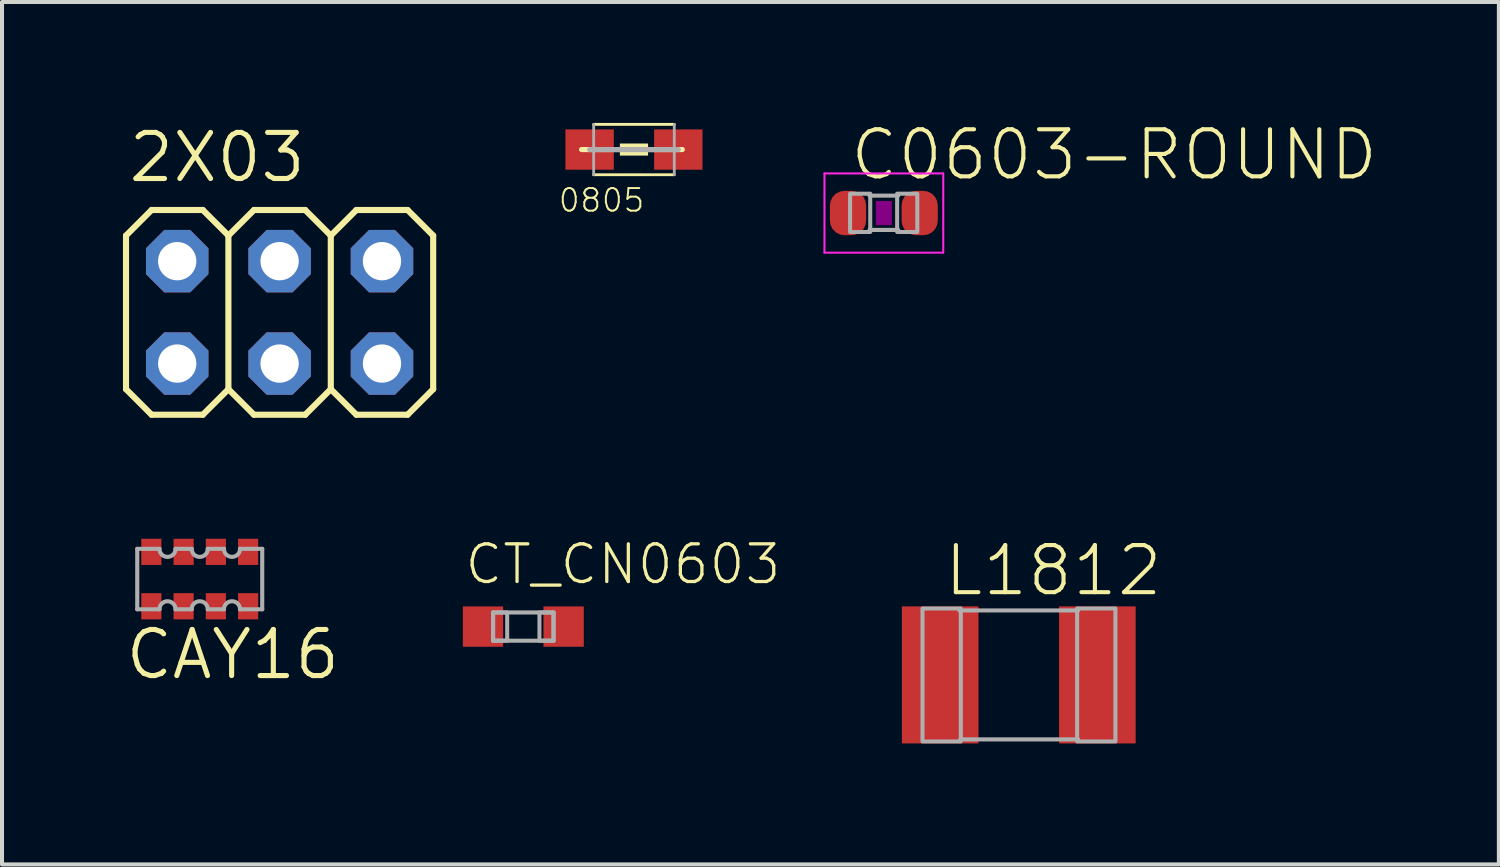
<source format=kicad_pcb>
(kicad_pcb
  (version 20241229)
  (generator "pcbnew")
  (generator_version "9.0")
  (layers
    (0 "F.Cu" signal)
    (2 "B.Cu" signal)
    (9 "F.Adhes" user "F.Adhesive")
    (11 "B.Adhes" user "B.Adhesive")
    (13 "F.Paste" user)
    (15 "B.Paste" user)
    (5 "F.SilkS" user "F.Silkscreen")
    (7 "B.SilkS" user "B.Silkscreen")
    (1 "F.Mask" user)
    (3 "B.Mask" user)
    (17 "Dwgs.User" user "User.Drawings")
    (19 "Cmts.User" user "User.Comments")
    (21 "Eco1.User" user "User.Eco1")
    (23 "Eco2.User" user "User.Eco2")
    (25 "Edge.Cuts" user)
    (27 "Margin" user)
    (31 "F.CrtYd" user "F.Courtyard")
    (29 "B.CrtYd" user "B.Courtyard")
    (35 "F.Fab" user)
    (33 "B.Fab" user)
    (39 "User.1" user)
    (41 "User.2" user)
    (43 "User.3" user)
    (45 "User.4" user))
  (footprint "CT_CN0603"
    (layer "F.Cu")
    (at 9.932 12.494)
    (property "Reference" "CT_CN0603" (at -1.5 -1 0) (unlocked yes) (layer "F.SilkS") (effects (font (size 0.935 0.935) (thickness 0.081)) (justify left bottom)))
    (fp_line (start -0.75 -0.35) (end 0.75 -0.35) (stroke (width 0.102) (type solid)) (layer "F.Fab"))
    (fp_line (start -0.75 0.35) (end -0.75 -0.35) (stroke (width 0.102) (type solid)) (layer "F.Fab"))
    (fp_line (start 0.75 -0.35) (end 0.75 0.35) (stroke (width 0.102) (type solid)) (layer "F.Fab"))
    (fp_line (start 0.75 0.35) (end -0.75 0.35) (stroke (width 0.102) (type solid)) (layer "F.Fab"))
    (fp_poly (pts (xy -0.75 0.35) (xy -0.4 0.35) (xy -0.4 -0.35) (xy -0.75 -0.35)) (stroke (width 0.1) (type default)) (fill no) (layer "F.Fab"))
    (fp_poly (pts (xy 0.75 -0.35) (xy 0.4 -0.35) (xy 0.4 0.35) (xy 0.75 0.35)) (stroke (width 0.1) (type default)) (fill no) (layer "F.Fab"))
    (pad "1" smd rect (at -1 0) (size 1 1) (layers "F.Cu" "F.Mask" "F.Paste"))
    (pad "2" smd rect (at 1 0) (size 1 1) (layers "F.Cu" "F.Mask" "F.Paste")))
  (footprint "CAY16"
    (layer "F.Cu")
    (at 1.905 11.315)
    (property "Reference" "CAY16" (at -1.905 2.54 0) (unlocked yes) (layer "F.SilkS") (effects (font (size 1.143 1.143) (thickness 0.127)) (justify left bottom)))
    (fp_line (start -1.55 -0.75) (end -1 -0.75) (stroke (width 0.102) (type solid)) (layer "F.Fab"))
    (fp_line (start -1.55 0.75) (end -1.55 -0.75) (stroke (width 0.102) (type solid)) (layer "F.Fab"))
    (fp_line (start -1 0.75) (end -1.55 0.75) (stroke (width 0.102) (type solid)) (layer "F.Fab"))
    (fp_line (start -0.6 -0.75) (end -0.2 -0.75) (stroke (width 0.102) (type solid)) (layer "F.Fab"))
    (fp_line (start -0.2 0.75) (end -0.6 0.75) (stroke (width 0.102) (type solid)) (layer "F.Fab"))
    (fp_line (start 0.2 -0.75) (end 0.6 -0.75) (stroke (width 0.102) (type solid)) (layer "F.Fab"))
    (fp_line (start 0.6 0.75) (end 0.2 0.75) (stroke (width 0.102) (type solid)) (layer "F.Fab"))
    (fp_line (start 1 -0.75) (end 1.55 -0.75) (stroke (width 0.102) (type solid)) (layer "F.Fab"))
    (fp_line (start 1.55 -0.75) (end 1.55 0.75) (stroke (width 0.102) (type solid)) (layer "F.Fab"))
    (fp_line (start 1.55 0.75) (end 1 0.75) (stroke (width 0.102) (type solid)) (layer "F.Fab"))
    (fp_arc (start -1 0.75) (mid -0.8 0.55) (end -0.6 0.75) (stroke (width 0.1016) (type solid)) (layer "F.Fab"))
    (fp_arc (start -0.6 -0.75) (mid -0.8 -0.55) (end -1 -0.75) (stroke (width 0.1016) (type solid)) (layer "F.Fab"))
    (fp_arc (start -0.2 0.75) (mid 0 0.55) (end 0.2 0.75) (stroke (width 0.1016) (type solid)) (layer "F.Fab"))
    (fp_arc (start 0.2 -0.75) (mid 0 -0.55) (end -0.2 -0.75) (stroke (width 0.1016) (type solid)) (layer "F.Fab"))
    (fp_arc (start 0.6 0.75) (mid 0.8 0.55) (end 1 0.75) (stroke (width 0.1016) (type solid)) (layer "F.Fab"))
    (fp_arc (start 1 -0.75) (mid 0.8 -0.55) (end 0.6 -0.75) (stroke (width 0.1016) (type solid)) (layer "F.Fab"))
    (pad "1" smd rect (at -1.2 0.675) (size 0.5 0.65) (layers "F.Cu" "F.Mask" "F.Paste"))
    (pad "2" smd rect (at -0.4 0.675) (size 0.5 0.65) (layers "F.Cu" "F.Mask" "F.Paste"))
    (pad "3" smd rect (at 0.4 0.675) (size 0.5 0.65) (layers "F.Cu" "F.Mask" "F.Paste"))
    (pad "4" smd rect (at 1.2 0.675) (size 0.5 0.65) (layers "F.Cu" "F.Mask" "F.Paste"))
    (pad "5" smd rect (at 1.2 -0.675) (size 0.5 0.65) (layers "F.Cu" "F.Mask" "F.Paste"))
    (pad "6" smd rect (at 0.4 -0.675) (size 0.5 0.65) (layers "F.Cu" "F.Mask" "F.Paste"))
    (pad "7" smd rect (at -0.4 -0.675) (size 0.5 0.65) (layers "F.Cu" "F.Mask" "F.Paste"))
    (pad "8" smd rect (at -1.2 -0.675) (size 0.5 0.65) (layers "F.Cu" "F.Mask" "F.Paste")))
  (footprint "0805"
    (layer "F.Cu")
    (at 12.677 0.66)
    (property "Reference" "0805" (at -1.905 1.587 0) (unlocked yes) (layer "F.SilkS") (effects (font (size 0.561 0.561) (thickness 0.049)) (justify left bottom)))
    (fp_line (start -1.3 0) (end 1.2 0) (stroke (width 0.127) (type solid)) (layer "F.SilkS"))
    (fp_line (start -1 -0.625) (end 1 -0.625) (stroke (width 0.07) (type solid)) (layer "F.SilkS"))
    (fp_line (start 1 0.625) (end -1 0.625) (stroke (width 0.07) (type solid)) (layer "F.SilkS"))
    (fp_poly (pts (xy -0.35 0.15) (xy 0.35 0.15) (xy 0.35 -0.15) (xy -0.35 -0.15)) (stroke (width 0) (type default)) (fill yes) (layer "F.SilkS"))
    (fp_line (start -1.1 0) (end 1.1 0) (stroke (width 0.127) (type solid)) (layer "F.Fab"))
    (fp_line (start -1 0.625) (end -1 -0.625) (stroke (width 0.07) (type solid)) (layer "F.Fab"))
    (fp_line (start 1 -0.625) (end 1 0.625) (stroke (width 0.07) (type solid)) (layer "F.Fab"))
    (pad "1" smd rect (at -1.1 0) (size 1.2 1) (layers "F.Cu" "F.Mask" "F.Paste"))
    (pad "2" smd rect (at 1.1 0) (size 1.2 1) (layers "F.Cu" "F.Mask" "F.Paste")))
  (footprint "C0603-ROUND"
    (layer "F.Cu")
    (at 18.876 2.235)
    (property "Reference" "C0603-ROUND" (at -0.889 -0.762 0) (unlocked yes) (layer "F.SilkS") (effects (font (size 1.168 1.168) (thickness 0.102)) (justify left bottom)))
    (fp_poly (pts (xy -0.2 0.3) (xy 0.2 0.3) (xy 0.2 -0.3) (xy -0.2 -0.3)) (stroke (width 0) (type default)) (fill yes) (layer "F.Adhes"))
    (fp_line (start -1.473 -0.983) (end 1.473 -0.983) (stroke (width 0.051) (type solid)) (layer "F.CrtYd"))
    (fp_line (start -1.473 0.983) (end -1.473 -0.983) (stroke (width 0.051) (type solid)) (layer "F.CrtYd"))
    (fp_line (start 1.473 -0.983) (end 1.473 0.983) (stroke (width 0.051) (type solid)) (layer "F.CrtYd"))
    (fp_line (start 1.473 0.983) (end -1.473 0.983) (stroke (width 0.051) (type solid)) (layer "F.CrtYd"))
    (fp_line (start -0.356 -0.432) (end 0.356 -0.432) (stroke (width 0.102) (type solid)) (layer "F.Fab"))
    (fp_line (start -0.356 0.419) (end 0.356 0.419) (stroke (width 0.102) (type solid)) (layer "F.Fab"))
    (fp_poly (pts (xy -0.838 0.47) (xy -0.338 0.47) (xy -0.338 -0.48) (xy -0.838 -0.48)) (stroke (width 0.1) (type default)) (fill no) (layer "F.Fab"))
    (fp_poly (pts (xy 0.33 0.47) (xy 0.83 0.47) (xy 0.83 -0.48) (xy 0.33 -0.48)) (stroke (width 0.1) (type default)) (fill no) (layer "F.Fab"))
    (pad "1" smd roundrect (at -0.889 0 90) (size 1.1 0.898) (layers "F.Cu" "F.Mask" "F.Paste") (roundrect_rratio 0.4))
    (pad "2" smd roundrect (at 0.889 0 90) (size 1.1 0.898) (layers "F.Cu" "F.Mask" "F.Paste") (roundrect_rratio 0.4)))
  (footprint "L1812"
    (layer "F.Cu")
    (at 22.223 13.693)
    (property "Reference" "L1812" (at -1.905 -1.905 0) (unlocked yes) (layer "F.SilkS") (effects (font (size 1.168 1.168) (thickness 0.102)) (justify left bottom)))
    (fp_line (start -1.473 -1.6) (end 1.473 -1.6) (stroke (width 0.102) (type solid)) (layer "F.Fab"))
    (fp_line (start -1.448 1.6) (end 1.473 1.6) (stroke (width 0.102) (type solid)) (layer "F.Fab"))
    (fp_poly (pts (xy -2.388 1.651) (xy -1.438 1.651) (xy -1.438 -1.649) (xy -2.388 -1.649)) (stroke (width 0.1) (type default)) (fill no) (layer "F.Fab"))
    (fp_poly (pts (xy 1.448 1.651) (xy 2.398 1.651) (xy 2.398 -1.649) (xy 1.448 -1.649)) (stroke (width 0.1) (type default)) (fill no) (layer "F.Fab"))
    (pad "1" smd rect (at -1.95 0) (size 1.9 3.4) (layers "F.Cu" "F.Mask" "F.Paste"))
    (pad "2" smd rect (at 1.95 0) (size 1.9 3.4) (layers "F.Cu" "F.Mask" "F.Paste")))
  (footprint "2X03"
    (layer "F.Cu")
    (at 3.886 4.699)
    (property "Reference" "2X03" (at -3.81 -3.175 0) (unlocked yes) (layer "F.SilkS") (effects (font (size 1.143 1.143) (thickness 0.127)) (justify left bottom)))
    (fp_line (start -3.81 -1.905) (end -3.175 -2.54) (stroke (width 0.152) (type solid)) (layer "F.SilkS"))
    (fp_line (start -3.81 1.905) (end -3.81 -1.905) (stroke (width 0.152) (type solid)) (layer "F.SilkS"))
    (fp_line (start -3.81 1.905) (end -3.175 2.54) (stroke (width 0.152) (type solid)) (layer "F.SilkS"))
    (fp_line (start -3.175 -2.54) (end -1.905 -2.54) (stroke (width 0.152) (type solid)) (layer "F.SilkS"))
    (fp_line (start -3.175 2.54) (end -1.905 2.54) (stroke (width 0.152) (type solid)) (layer "F.SilkS"))
    (fp_line (start -1.905 -2.54) (end -1.27 -1.905) (stroke (width 0.152) (type solid)) (layer "F.SilkS"))
    (fp_line (start -1.905 2.54) (end -1.27 1.905) (stroke (width 0.152) (type solid)) (layer "F.SilkS"))
    (fp_line (start -1.27 -1.905) (end -1.27 1.905) (stroke (width 0.152) (type solid)) (layer "F.SilkS"))
    (fp_line (start -1.27 -1.905) (end -0.635 -2.54) (stroke (width 0.152) (type solid)) (layer "F.SilkS"))
    (fp_line (start -1.27 1.905) (end -0.635 2.54) (stroke (width 0.152) (type solid)) (layer "F.SilkS"))
    (fp_line (start -0.635 -2.54) (end 0.635 -2.54) (stroke (width 0.152) (type solid)) (layer "F.SilkS"))
    (fp_line (start -0.635 2.54) (end 0.635 2.54) (stroke (width 0.152) (type solid)) (layer "F.SilkS"))
    (fp_line (start 0.635 -2.54) (end 1.27 -1.905) (stroke (width 0.152) (type solid)) (layer "F.SilkS"))
    (fp_line (start 0.635 2.54) (end 1.27 1.905) (stroke (width 0.152) (type solid)) (layer "F.SilkS"))
    (fp_line (start 1.27 -1.905) (end 1.27 1.905) (stroke (width 0.152) (type solid)) (layer "F.SilkS"))
    (fp_line (start 1.27 -1.905) (end 1.905 -2.54) (stroke (width 0.152) (type solid)) (layer "F.SilkS"))
    (fp_line (start 1.27 1.905) (end 1.905 2.54) (stroke (width 0.152) (type solid)) (layer "F.SilkS"))
    (fp_line (start 1.905 -2.54) (end 3.175 -2.54) (stroke (width 0.152) (type solid)) (layer "F.SilkS"))
    (fp_line (start 1.905 2.54) (end 3.175 2.54) (stroke (width 0.152) (type solid)) (layer "F.SilkS"))
    (fp_line (start 3.175 -2.54) (end 3.81 -1.905) (stroke (width 0.152) (type solid)) (layer "F.SilkS"))
    (fp_line (start 3.175 2.54) (end 3.81 1.905) (stroke (width 0.152) (type solid)) (layer "F.SilkS"))
    (fp_line (start 3.81 -1.905) (end 3.81 1.905) (stroke (width 0.152) (type solid)) (layer "F.SilkS"))
    (fp_poly (pts (xy -2.794 -1.016) (xy -2.286 -1.016) (xy -2.286 -1.524) (xy -2.794 -1.524)) (stroke (width 0.1) (type default)) (fill no) (layer "F.Fab"))
    (fp_poly (pts (xy -2.794 1.524) (xy -2.286 1.524) (xy -2.286 1.016) (xy -2.794 1.016)) (stroke (width 0.1) (type default)) (fill no) (layer "F.Fab"))
    (fp_poly (pts (xy -0.254 -1.016) (xy 0.254 -1.016) (xy 0.254 -1.524) (xy -0.254 -1.524)) (stroke (width 0.1) (type default)) (fill no) (layer "F.Fab"))
    (fp_poly (pts (xy -0.254 1.524) (xy 0.254 1.524) (xy 0.254 1.016) (xy -0.254 1.016)) (stroke (width 0.1) (type default)) (fill no) (layer "F.Fab"))
    (fp_poly (pts (xy 2.286 -1.016) (xy 2.794 -1.016) (xy 2.794 -1.524) (xy 2.286 -1.524)) (stroke (width 0.1) (type default)) (fill no) (layer "F.Fab"))
    (fp_poly (pts (xy 2.286 1.524) (xy 2.794 1.524) (xy 2.794 1.016) (xy 2.286 1.016)) (stroke (width 0.1) (type default)) (fill no) (layer "F.Fab"))
    (pad "1" thru_hole roundrect (at -2.54 1.27) (size 1.55 1.55) (drill 0.95) (layers "*.Cu" "*.Mask") (roundrect_rratio 0.25) (chamfer_ratio 0.293) (chamfer top_left top_right bottom_left bottom_right))
    (pad "2" thru_hole roundrect (at -2.54 -1.27) (size 1.55 1.55) (drill 0.95) (layers "*.Cu" "*.Mask") (roundrect_rratio 0.25) (chamfer_ratio 0.293) (chamfer top_left top_right bottom_left bottom_right))
    (pad "3" thru_hole roundrect (at 0 1.27) (size 1.55 1.55) (drill 0.95) (layers "*.Cu" "*.Mask") (roundrect_rratio 0.25) (chamfer_ratio 0.293) (chamfer top_left top_right bottom_left bottom_right))
    (pad "4" thru_hole roundrect (at 0 -1.27) (size 1.55 1.55) (drill 0.95) (layers "*.Cu" "*.Mask") (roundrect_rratio 0.25) (chamfer_ratio 0.293) (chamfer top_left top_right bottom_left bottom_right))
    (pad "5" thru_hole roundrect (at 2.54 1.27) (size 1.55 1.55) (drill 0.95) (layers "*.Cu" "*.Mask") (roundrect_rratio 0.25) (chamfer_ratio 0.293) (chamfer top_left top_right bottom_left bottom_right))
    (pad "6" thru_hole roundrect (at 2.54 -1.27) (size 1.55 1.55) (drill 0.95) (layers "*.Cu" "*.Mask") (roundrect_rratio 0.25) (chamfer_ratio 0.293) (chamfer top_left top_right bottom_left bottom_right)))
  (gr_rect
    (start -3 -3)
    (end 34.133 18.394)
    (stroke (width 0.1) (type default))
    (fill no)
    (layer "Edge.Cuts")))
</source>
